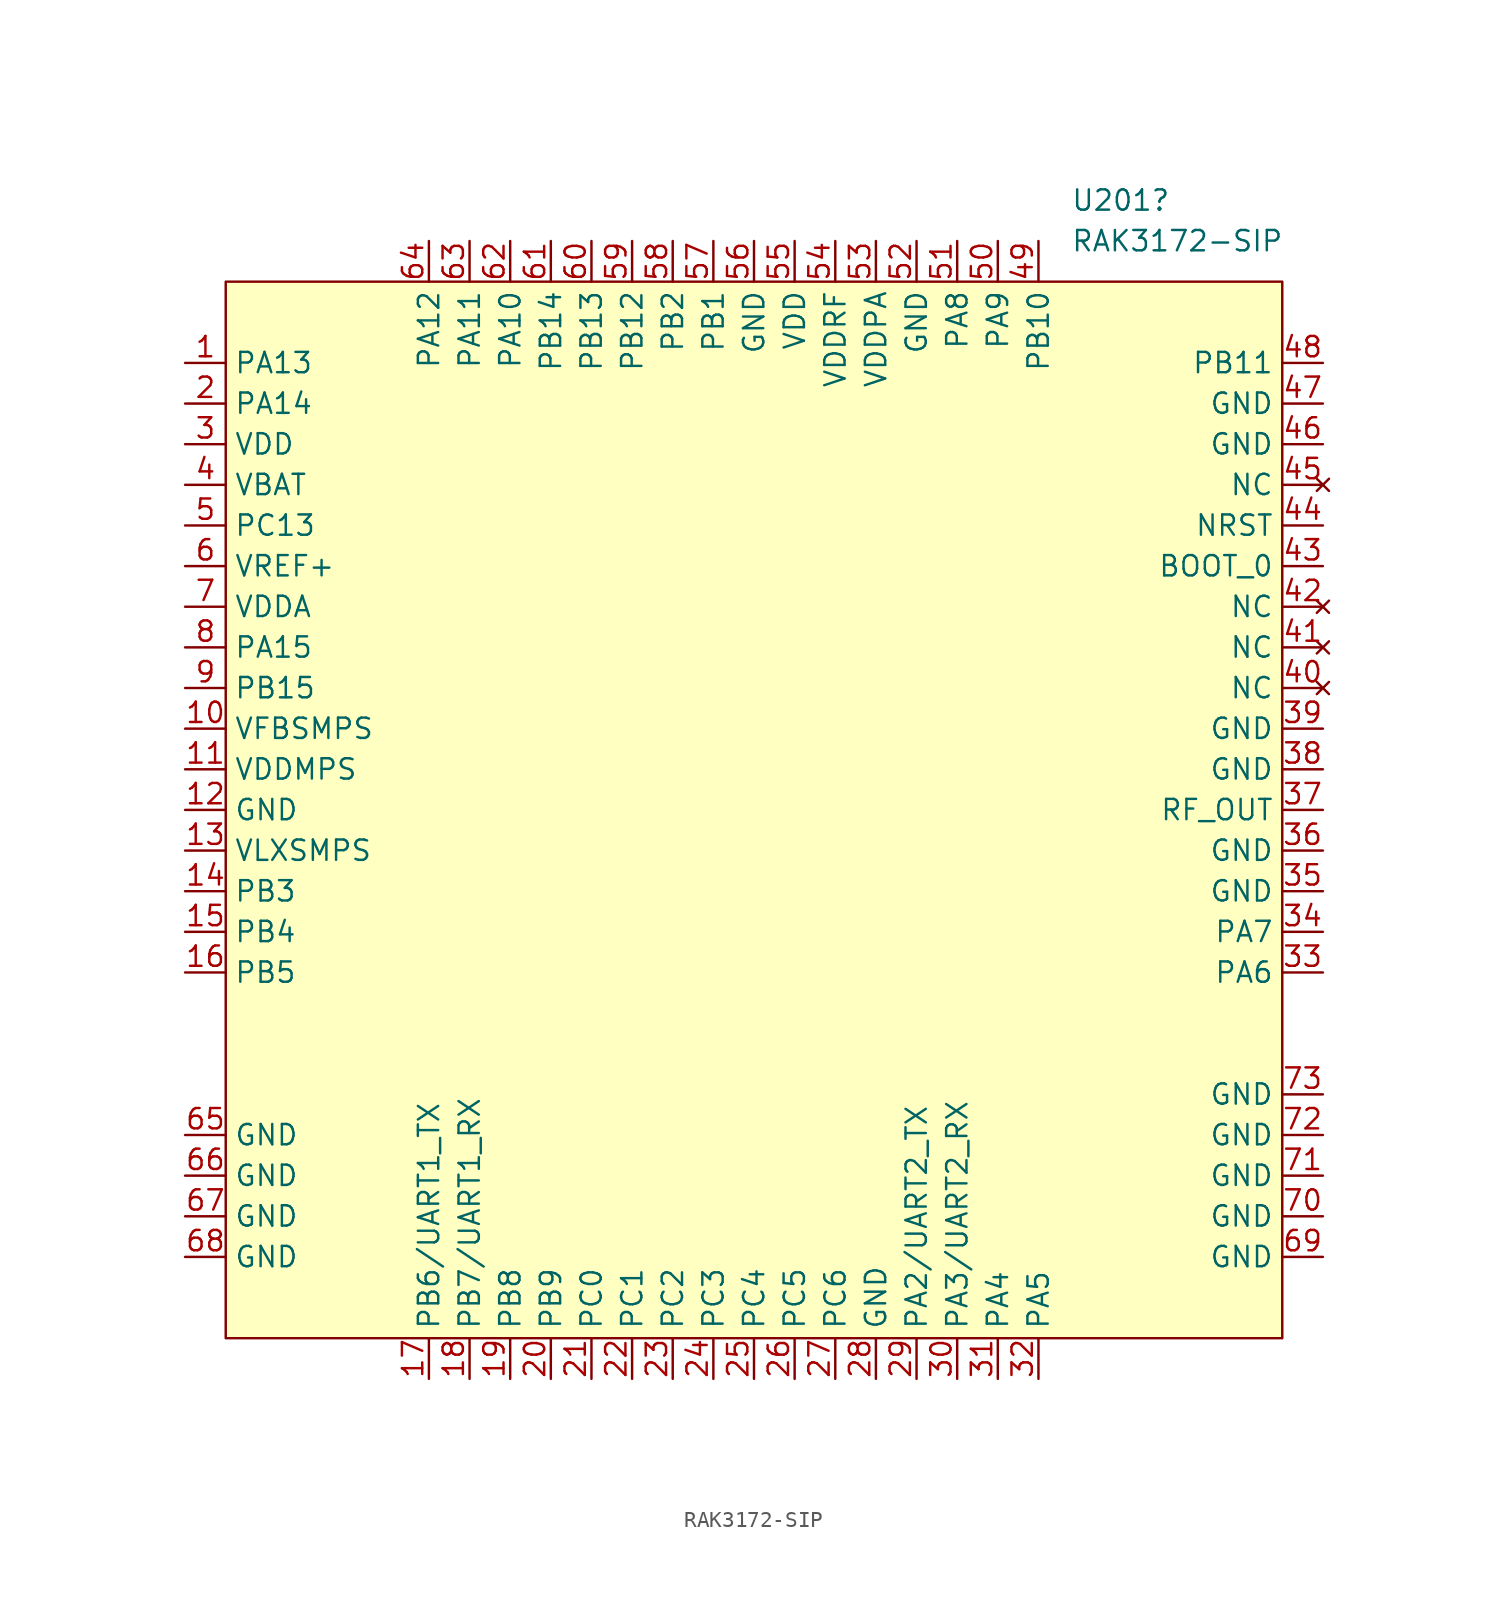
<source format=kicad_sym>
(kicad_symbol_lib
  (version 20220914)
  (generator kicad_symbol_editor)
  (symbol "RAK3172-SIP"
    (property "Reference" "U201"
      (at 19.799 38.1 0)
      (effects (font (size 1.27 1.27)) (justify left)))
    (property "Value" "RAK3172-SIP"
      (at 19.799 35.56 0)
      (effects (font (size 1.27 1.27)) (justify left)))
    (symbol "RAK3172-SIP_0_0"
      (pin input line (at -35.56 27.94 0) (length 2.54) (name "PA13" (effects (font (size 1.27 1.27)))) (number "1" (effects (font (size 1.27 1.27)))))
      (pin input line (at -35.56 5.08 0) (length 2.54) (name "VFBSMPS" (effects (font (size 1.27 1.27)))) (number "10" (effects (font (size 1.27 1.27)))))
      (pin power_in line (at -35.56 2.54 0) (length 2.54) (name "VDDMPS" (effects (font (size 1.27 1.27)))) (number "11" (effects (font (size 1.27 1.27)))))
      (pin power_in line (at -35.56 0 0) (length 2.54) (name "GND" (effects (font (size 1.27 1.27)))) (number "12" (effects (font (size 1.27 1.27)))))
      (pin power_out line (at -35.56 -2.54 0) (length 2.54) (name "VLXSMPS" (effects (font (size 1.27 1.27)))) (number "13" (effects (font (size 1.27 1.27)))))
      (pin bidirectional line (at -35.56 -5.08 0) (length 2.54) (name "PB3" (effects (font (size 1.27 1.27)))) (number "14" (effects (font (size 1.27 1.27)))))
      (pin bidirectional line (at -35.56 -7.62 0) (length 2.54) (name "PB4" (effects (font (size 1.27 1.27)))) (number "15" (effects (font (size 1.27 1.27)))))
      (pin bidirectional line (at -35.56 -10.16 0) (length 2.54) (name "PB5" (effects (font (size 1.27 1.27)))) (number "16" (effects (font (size 1.27 1.27)))))
      (pin bidirectional line (at -20.32 -35.56 90) (length 2.54) (name "PB6/UART1_TX" (effects (font (size 1.27 1.27)))) (number "17" (effects (font (size 1.27 1.27)))))
      (pin bidirectional line (at -17.78 -35.56 90) (length 2.54) (name "PB7/UART1_RX" (effects (font (size 1.27 1.27)))) (number "18" (effects (font (size 1.27 1.27)))))
      (pin bidirectional line (at -15.24 -35.56 90) (length 2.54) (name "PB8" (effects (font (size 1.27 1.27)))) (number "19" (effects (font (size 1.27 1.27)))))
      (pin output line (at -35.56 25.4 0) (length 2.54) (name "PA14" (effects (font (size 1.27 1.27)))) (number "2" (effects (font (size 1.27 1.27)))))
      (pin bidirectional line (at -12.7 -35.56 90) (length 2.54) (name "PB9" (effects (font (size 1.27 1.27)))) (number "20" (effects (font (size 1.27 1.27)))))
      (pin bidirectional line (at -10.16 -35.56 90) (length 2.54) (name "PC0" (effects (font (size 1.27 1.27)))) (number "21" (effects (font (size 1.27 1.27)))))
      (pin bidirectional line (at -7.62 -35.56 90) (length 2.54) (name "PC1" (effects (font (size 1.27 1.27)))) (number "22" (effects (font (size 1.27 1.27)))))
      (pin bidirectional line (at -5.08 -35.56 90) (length 2.54) (name "PC2" (effects (font (size 1.27 1.27)))) (number "23" (effects (font (size 1.27 1.27)))))
      (pin bidirectional line (at -2.54 -35.56 90) (length 2.54) (name "PC3" (effects (font (size 1.27 1.27)))) (number "24" (effects (font (size 1.27 1.27)))))
      (pin bidirectional line (at 0 -35.56 90) (length 2.54) (name "PC4" (effects (font (size 1.27 1.27)))) (number "25" (effects (font (size 1.27 1.27)))))
      (pin bidirectional line (at 2.54 -35.56 90) (length 2.54) (name "PC5" (effects (font (size 1.27 1.27)))) (number "26" (effects (font (size 1.27 1.27)))))
      (pin bidirectional line (at 5.08 -35.56 90) (length 2.54) (name "PC6" (effects (font (size 1.27 1.27)))) (number "27" (effects (font (size 1.27 1.27)))))
      (pin power_in line (at 7.62 -35.56 90) (length 2.54) (name "GND" (effects (font (size 1.27 1.27)))) (number "28" (effects (font (size 1.27 1.27)))))
      (pin output line (at 10.16 -35.56 90) (length 2.54) (name "PA2/UART2_TX" (effects (font (size 1.27 1.27)))) (number "29" (effects (font (size 1.27 1.27)))))
      (pin power_in line (at -35.56 22.86 0) (length 2.54) (name "VDD" (effects (font (size 1.27 1.27)))) (number "3" (effects (font (size 1.27 1.27)))))
      (pin input line (at 12.7 -35.56 90) (length 2.54) (name "PA3/UART2_RX" (effects (font (size 1.27 1.27)))) (number "30" (effects (font (size 1.27 1.27)))))
      (pin bidirectional line (at 15.24 -35.56 90) (length 2.54) (name "PA4" (effects (font (size 1.27 1.27)))) (number "31" (effects (font (size 1.27 1.27)))))
      (pin bidirectional line (at 17.78 -35.56 90) (length 2.54) (name "PA5" (effects (font (size 1.27 1.27)))) (number "32" (effects (font (size 1.27 1.27)))))
      (pin bidirectional line (at 35.56 -10.16 180) (length 2.54) (name "PA6" (effects (font (size 1.27 1.27)))) (number "33" (effects (font (size 1.27 1.27)))))
      (pin bidirectional line (at 35.56 -7.62 180) (length 2.54) (name "PA7" (effects (font (size 1.27 1.27)))) (number "34" (effects (font (size 1.27 1.27)))))
      (pin power_in line (at 35.56 -5.08 180) (length 2.54) (name "GND" (effects (font (size 1.27 1.27)))) (number "35" (effects (font (size 1.27 1.27)))))
      (pin power_in line (at 35.56 -2.54 180) (length 2.54) (name "GND" (effects (font (size 1.27 1.27)))) (number "36" (effects (font (size 1.27 1.27)))))
      (pin output line (at 35.56 0 180) (length 2.54) (name "RF_OUT" (effects (font (size 1.27 1.27)))) (number "37" (effects (font (size 1.27 1.27)))))
      (pin power_in line (at 35.56 2.54 180) (length 2.54) (name "GND" (effects (font (size 1.27 1.27)))) (number "38" (effects (font (size 1.27 1.27)))))
      (pin power_in line (at 35.56 5.08 180) (length 2.54) (name "GND" (effects (font (size 1.27 1.27)))) (number "39" (effects (font (size 1.27 1.27)))))
      (pin power_in line (at -35.56 20.32 0) (length 2.54) (name "VBAT" (effects (font (size 1.27 1.27)))) (number "4" (effects (font (size 1.27 1.27)))))
      (pin no_connect line (at 35.56 7.62 180) (length 2.54) (name "NC" (effects (font (size 1.27 1.27)))) (number "40" (effects (font (size 1.27 1.27)))))
      (pin no_connect line (at 35.56 10.16 180) (length 2.54) (name "NC" (effects (font (size 1.27 1.27)))) (number "41" (effects (font (size 1.27 1.27)))))
      (pin no_connect line (at 35.56 12.7 180) (length 2.54) (name "NC" (effects (font (size 1.27 1.27)))) (number "42" (effects (font (size 1.27 1.27)))))
      (pin input line (at 35.56 15.24 180) (length 2.54) (name "BOOT_0" (effects (font (size 1.27 1.27)))) (number "43" (effects (font (size 1.27 1.27)))))
      (pin input line (at 35.56 17.78 180) (length 2.54) (name "NRST" (effects (font (size 1.27 1.27)))) (number "44" (effects (font (size 1.27 1.27)))))
      (pin no_connect line (at 35.56 20.32 180) (length 2.54) (name "NC" (effects (font (size 1.27 1.27)))) (number "45" (effects (font (size 1.27 1.27)))))
      (pin power_in line (at 35.56 22.86 180) (length 2.54) (name "GND" (effects (font (size 1.27 1.27)))) (number "46" (effects (font (size 1.27 1.27)))))
      (pin power_in line (at 35.56 25.4 180) (length 2.54) (name "GND" (effects (font (size 1.27 1.27)))) (number "47" (effects (font (size 1.27 1.27)))))
      (pin bidirectional line (at 35.56 27.94 180) (length 2.54) (name "PB11" (effects (font (size 1.27 1.27)))) (number "48" (effects (font (size 1.27 1.27)))))
      (pin bidirectional line (at 17.78 35.56 270) (length 2.54) (name "PB10" (effects (font (size 1.27 1.27)))) (number "49" (effects (font (size 1.27 1.27)))))
      (pin bidirectional line (at -35.56 17.78 0) (length 2.54) (name "PC13" (effects (font (size 1.27 1.27)))) (number "5" (effects (font (size 1.27 1.27)))))
      (pin bidirectional line (at 15.24 35.56 270) (length 2.54) (name "PA9" (effects (font (size 1.27 1.27)))) (number "50" (effects (font (size 1.27 1.27)))))
      (pin bidirectional line (at 12.7 35.56 270) (length 2.54) (name "PA8" (effects (font (size 1.27 1.27)))) (number "51" (effects (font (size 1.27 1.27)))))
      (pin power_in line (at 10.16 35.56 270) (length 2.54) (name "GND" (effects (font (size 1.27 1.27)))) (number "52" (effects (font (size 1.27 1.27)))))
      (pin power_in line (at 7.62 35.56 270) (length 2.54) (name "VDDPA" (effects (font (size 1.27 1.27)))) (number "53" (effects (font (size 1.27 1.27)))))
      (pin power_in line (at 5.08 35.56 270) (length 2.54) (name "VDDRF" (effects (font (size 1.27 1.27)))) (number "54" (effects (font (size 1.27 1.27)))))
      (pin power_in line (at 2.54 35.56 270) (length 2.54) (name "VDD" (effects (font (size 1.27 1.27)))) (number "55" (effects (font (size 1.27 1.27)))))
      (pin power_in line (at 0 35.56 270) (length 2.54) (name "GND" (effects (font (size 1.27 1.27)))) (number "56" (effects (font (size 1.27 1.27)))))
      (pin bidirectional line (at -2.54 35.56 270) (length 2.54) (name "PB1" (effects (font (size 1.27 1.27)))) (number "57" (effects (font (size 1.27 1.27)))))
      (pin bidirectional line (at -5.08 35.56 270) (length 2.54) (name "PB2" (effects (font (size 1.27 1.27)))) (number "58" (effects (font (size 1.27 1.27)))))
      (pin bidirectional line (at -7.62 35.56 270) (length 2.54) (name "PB12" (effects (font (size 1.27 1.27)))) (number "59" (effects (font (size 1.27 1.27)))))
      (pin power_in line (at -35.56 15.24 0) (length 2.54) (name "VREF+" (effects (font (size 1.27 1.27)))) (number "6" (effects (font (size 1.27 1.27)))))
      (pin bidirectional line (at -10.16 35.56 270) (length 2.54) (name "PB13" (effects (font (size 1.27 1.27)))) (number "60" (effects (font (size 1.27 1.27)))))
      (pin bidirectional line (at -12.7 35.56 270) (length 2.54) (name "PB14" (effects (font (size 1.27 1.27)))) (number "61" (effects (font (size 1.27 1.27)))))
      (pin bidirectional line (at -15.24 35.56 270) (length 2.54) (name "PA10" (effects (font (size 1.27 1.27)))) (number "62" (effects (font (size 1.27 1.27)))))
      (pin bidirectional line (at -17.78 35.56 270) (length 2.54) (name "PA11" (effects (font (size 1.27 1.27)))) (number "63" (effects (font (size 1.27 1.27)))))
      (pin bidirectional line (at -20.32 35.56 270) (length 2.54) (name "PA12" (effects (font (size 1.27 1.27)))) (number "64" (effects (font (size 1.27 1.27)))))
      (pin power_in line (at -35.56 -20.32 0) (length 2.54) (name "GND" (effects (font (size 1.27 1.27)))) (number "65" (effects (font (size 1.27 1.27)))))
      (pin power_in line (at -35.56 -22.86 0) (length 2.54) (name "GND" (effects (font (size 1.27 1.27)))) (number "66" (effects (font (size 1.27 1.27)))))
      (pin power_in line (at -35.56 -25.4 0) (length 2.54) (name "GND" (effects (font (size 1.27 1.27)))) (number "67" (effects (font (size 1.27 1.27)))))
      (pin power_in line (at -35.56 -27.94 0) (length 2.54) (name "GND" (effects (font (size 1.27 1.27)))) (number "68" (effects (font (size 1.27 1.27)))))
      (pin power_in line (at 35.56 -27.94 180) (length 2.54) (name "GND" (effects (font (size 1.27 1.27)))) (number "69" (effects (font (size 1.27 1.27)))))
      (pin power_in line (at -35.56 12.7 0) (length 2.54) (name "VDDA" (effects (font (size 1.27 1.27)))) (number "7" (effects (font (size 1.27 1.27)))))
      (pin power_in line (at 35.56 -25.4 180) (length 2.54) (name "GND" (effects (font (size 1.27 1.27)))) (number "70" (effects (font (size 1.27 1.27)))))
      (pin power_in line (at 35.56 -22.86 180) (length 2.54) (name "GND" (effects (font (size 1.27 1.27)))) (number "71" (effects (font (size 1.27 1.27)))))
      (pin power_in line (at 35.56 -20.32 180) (length 2.54) (name "GND" (effects (font (size 1.27 1.27)))) (number "72" (effects (font (size 1.27 1.27)))))
      (pin power_in line (at 35.56 -17.78 180) (length 2.54) (name "GND" (effects (font (size 1.27 1.27)))) (number "73" (effects (font (size 1.27 1.27)))))
      (pin bidirectional line (at -35.56 10.16 0) (length 2.54) (name "PA15" (effects (font (size 1.27 1.27)))) (number "8" (effects (font (size 1.27 1.27)))))
      (pin bidirectional line (at -35.56 7.62 0) (length 2.54) (name "PB15" (effects (font (size 1.27 1.27)))) (number "9" (effects (font (size 1.27 1.27))))))
    (symbol "RAK3172-SIP_0_1"
      (rectangle (start -33.02 33.02) (end 33.02 -33.02) (stroke (width 0) (type default)) (fill (type background))))))
</source>
